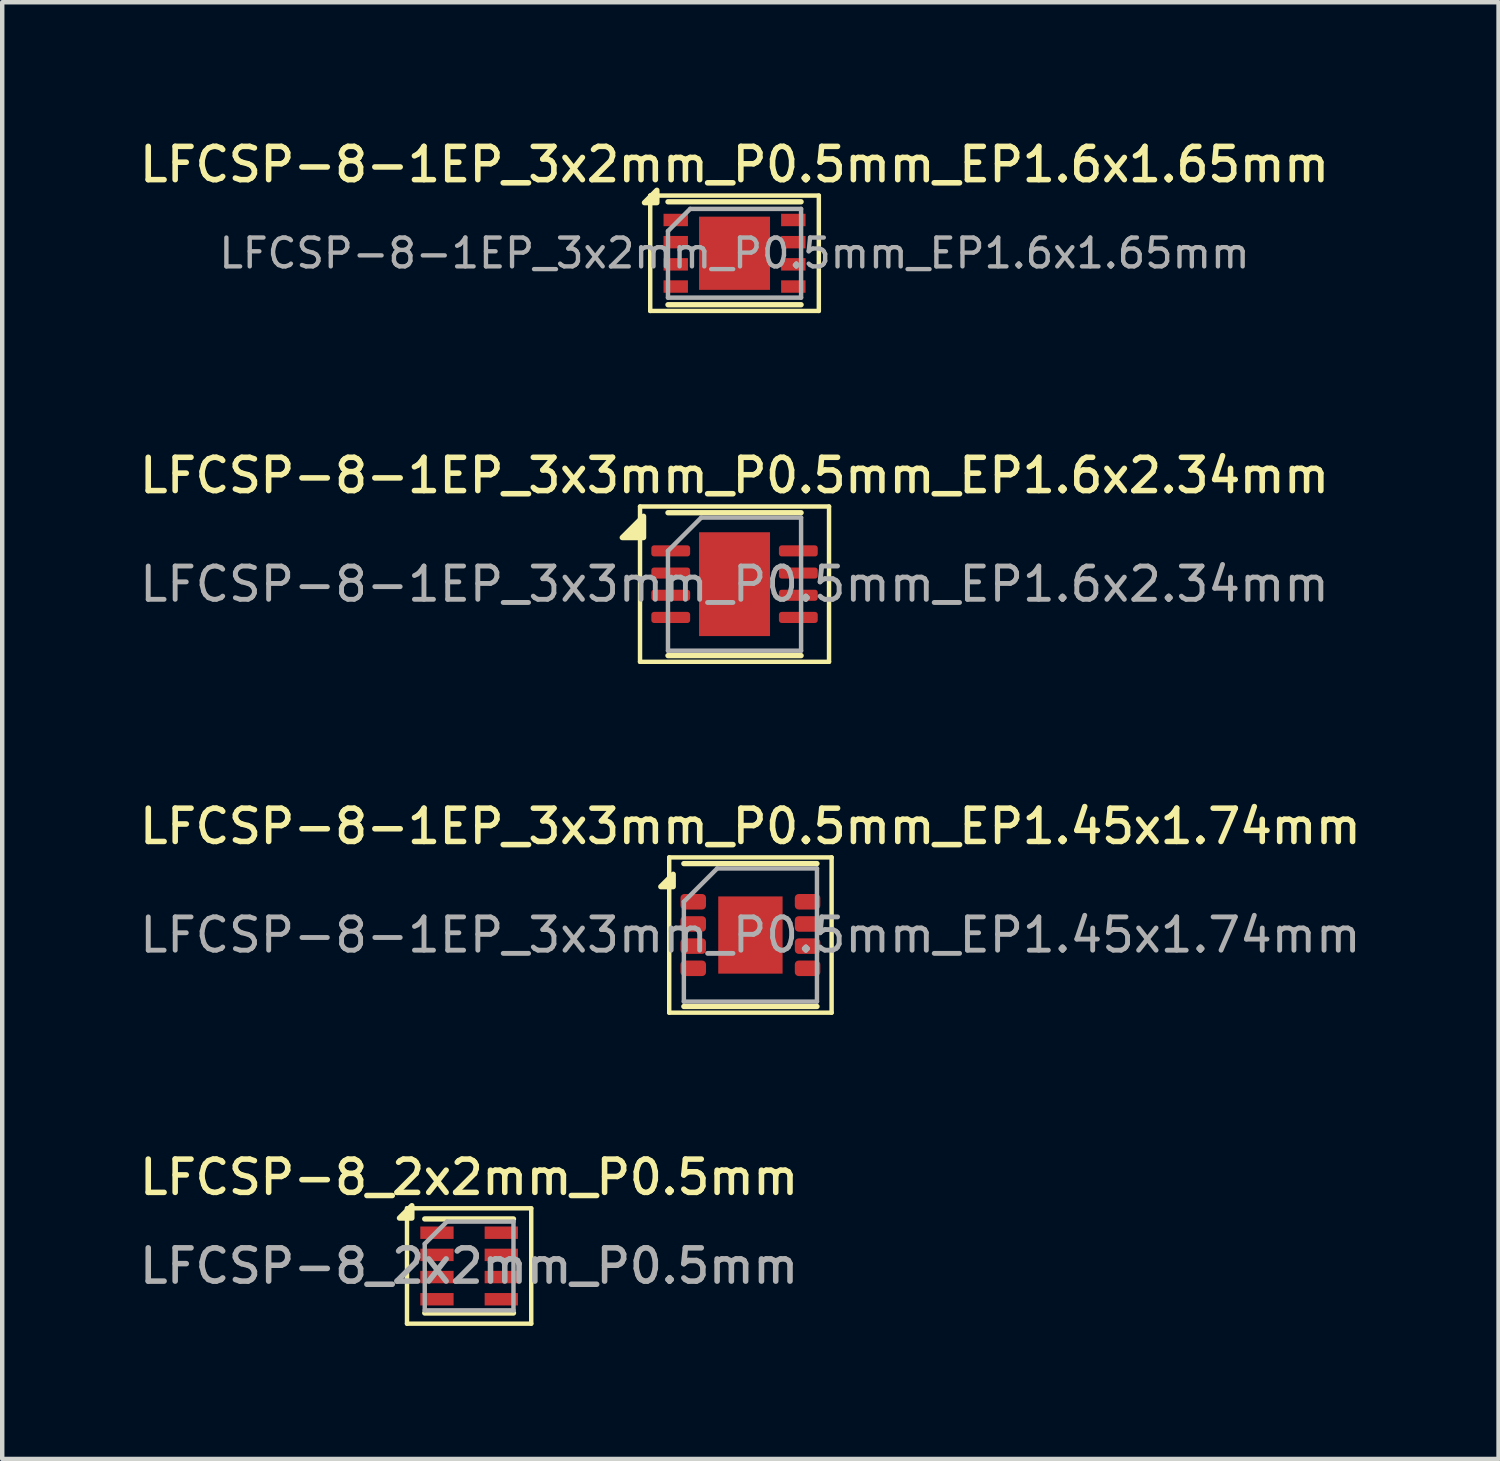
<source format=kicad_pcb>
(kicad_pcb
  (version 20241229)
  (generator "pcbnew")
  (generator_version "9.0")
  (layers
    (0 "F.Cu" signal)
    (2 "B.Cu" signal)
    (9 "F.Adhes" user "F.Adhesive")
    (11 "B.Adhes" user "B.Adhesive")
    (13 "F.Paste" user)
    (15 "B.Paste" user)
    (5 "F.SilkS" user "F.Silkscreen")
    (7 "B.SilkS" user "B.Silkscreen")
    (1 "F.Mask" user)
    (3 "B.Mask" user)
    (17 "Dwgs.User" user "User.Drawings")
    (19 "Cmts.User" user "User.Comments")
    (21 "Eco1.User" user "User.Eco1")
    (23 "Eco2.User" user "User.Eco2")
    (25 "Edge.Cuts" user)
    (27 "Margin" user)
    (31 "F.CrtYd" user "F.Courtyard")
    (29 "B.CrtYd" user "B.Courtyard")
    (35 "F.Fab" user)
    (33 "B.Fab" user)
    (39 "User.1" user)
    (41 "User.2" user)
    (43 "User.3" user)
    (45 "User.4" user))
  (footprint "LFCSP-8-1EP_3x3mm_P0.5mm_EP1.45x1.74mm"
    (layer "F.Cu")
    (at 13.863 18.024)
    (property "Reference" "LFCSP-8-1EP_3x3mm_P0.5mm_EP1.45x1.74mm" (at 0 -2.45 0) (layer "F.SilkS") (effects (font (size 0.75 0.75) (thickness 0.125))))
    (attr smd)
    (fp_line (start -1.83 -1.75) (end -1.83 1.75) (stroke (width 0.1) (type solid)) (layer "F.SilkS"))
    (fp_line (start -1.83 1.75) (end 1.83 1.75) (stroke (width 0.1) (type solid)) (layer "F.SilkS"))
    (fp_line (start -1.5 -1.61) (end 1.5 -1.61) (stroke (width 0.12) (type solid)) (layer "F.SilkS"))
    (fp_line (start -1.5 1.61) (end 1.5 1.61) (stroke (width 0.12) (type solid)) (layer "F.SilkS"))
    (fp_line (start 1.83 -1.75) (end -1.83 -1.75) (stroke (width 0.1) (type solid)) (layer "F.SilkS"))
    (fp_line (start 1.83 1.75) (end 1.83 -1.75) (stroke (width 0.1) (type solid)) (layer "F.SilkS"))
    (fp_poly (pts (xy -1.74 -1.09) (xy -2.02 -1.09) (xy -1.74 -1.37) (xy -1.74 -1.09)) (stroke (width 0.12) (type solid)) (fill yes) (layer "F.SilkS"))
    (fp_line (start -1.5 -0.75) (end -0.75 -1.5) (stroke (width 0.1) (type solid)) (layer "F.Fab"))
    (fp_line (start -1.5 1.5) (end -1.5 -0.75) (stroke (width 0.1) (type solid)) (layer "F.Fab"))
    (fp_line (start -0.75 -1.5) (end 1.5 -1.5) (stroke (width 0.1) (type solid)) (layer "F.Fab"))
    (fp_line (start 1.5 -1.5) (end 1.5 1.5) (stroke (width 0.1) (type solid)) (layer "F.Fab"))
    (fp_line (start 1.5 1.5) (end -1.5 1.5) (stroke (width 0.1) (type solid)) (layer "F.Fab"))
    (fp_text user "${REFERENCE}" (at 0 0 0) (layer "F.Fab") (effects (font (size 0.75 0.75) (thickness 0.11))))
    (pad "" smd roundrect (at -0.365 -0.435) (size 0.58 0.7) (layers "F.Paste") (roundrect_rratio 0.25))
    (pad "" smd roundrect (at -0.365 0.435) (size 0.58 0.7) (layers "F.Paste") (roundrect_rratio 0.25))
    (pad "" smd roundrect (at 0.365 -0.435) (size 0.58 0.7) (layers "F.Paste") (roundrect_rratio 0.25))
    (pad "" smd roundrect (at 0.365 0.435) (size 0.58 0.7) (layers "F.Paste") (roundrect_rratio 0.25))
    (pad "1" smd roundrect (at -1.288 -0.75) (size 0.575 0.35) (layers "F.Cu" "F.Mask" "F.Paste") (roundrect_rratio 0.25))
    (pad "2" smd roundrect (at -1.288 -0.25) (size 0.575 0.35) (layers "F.Cu" "F.Mask" "F.Paste") (roundrect_rratio 0.25))
    (pad "3" smd roundrect (at -1.288 0.25) (size 0.575 0.35) (layers "F.Cu" "F.Mask" "F.Paste") (roundrect_rratio 0.25))
    (pad "4" smd roundrect (at -1.288 0.75) (size 0.575 0.35) (layers "F.Cu" "F.Mask" "F.Paste") (roundrect_rratio 0.25))
    (pad "5" smd roundrect (at 1.288 0.75) (size 0.575 0.35) (layers "F.Cu" "F.Mask" "F.Paste") (roundrect_rratio 0.25))
    (pad "6" smd roundrect (at 1.288 0.25) (size 0.575 0.35) (layers "F.Cu" "F.Mask" "F.Paste") (roundrect_rratio 0.25))
    (pad "7" smd roundrect (at 1.288 -0.25) (size 0.575 0.35) (layers "F.Cu" "F.Mask" "F.Paste") (roundrect_rratio 0.25))
    (pad "8" smd roundrect (at 1.288 -0.75) (size 0.575 0.35) (layers "F.Cu" "F.Mask" "F.Paste") (roundrect_rratio 0.25))
    (pad "9" smd rect (at 0 0) (size 1.45 1.74) (property pad_prop_heatsink) (layers "F.Cu" "F.Mask")))
  (footprint "LFCSP-8-1EP_3x3mm_P0.5mm_EP1.6x2.34mm"
    (layer "F.Cu")
    (at 13.505 10.116)
    (property "Reference" "LFCSP-8-1EP_3x3mm_P0.5mm_EP1.6x2.34mm" (at 0 -2.45 0) (layer "F.SilkS") (effects (font (size 0.75 0.75) (thickness 0.125))))
    (attr smd)
    (fp_line (start -2.13 -1.75) (end -2.13 1.75) (stroke (width 0.1) (type solid)) (layer "F.SilkS"))
    (fp_line (start -2.13 1.75) (end 2.13 1.75) (stroke (width 0.1) (type solid)) (layer "F.SilkS"))
    (fp_line (start -1.5 -1.61) (end 1.5 -1.61) (stroke (width 0.12) (type solid)) (layer "F.SilkS"))
    (fp_line (start -1.5 1.61) (end 1.5 1.61) (stroke (width 0.12) (type solid)) (layer "F.SilkS"))
    (fp_line (start 2.13 -1.75) (end -2.13 -1.75) (stroke (width 0.1) (type solid)) (layer "F.SilkS"))
    (fp_line (start 2.13 1.75) (end 2.13 -1.75) (stroke (width 0.1) (type solid)) (layer "F.SilkS"))
    (fp_poly (pts (xy -2.05 -1.05) (xy -2.53 -1.05) (xy -2.05 -1.53) (xy -2.05 -1.05)) (stroke (width 0.12) (type solid)) (fill yes) (layer "F.SilkS"))
    (fp_line (start -1.5 -0.75) (end -0.75 -1.5) (stroke (width 0.1) (type solid)) (layer "F.Fab"))
    (fp_line (start -1.5 1.5) (end -1.5 -0.75) (stroke (width 0.1) (type solid)) (layer "F.Fab"))
    (fp_line (start -0.75 -1.5) (end 1.5 -1.5) (stroke (width 0.1) (type solid)) (layer "F.Fab"))
    (fp_line (start 1.5 -1.5) (end 1.5 1.5) (stroke (width 0.1) (type solid)) (layer "F.Fab"))
    (fp_line (start 1.5 1.5) (end -1.5 1.5) (stroke (width 0.1) (type solid)) (layer "F.Fab"))
    (fp_text user "${REFERENCE}" (at 0 0 0) (layer "F.Fab") (effects (font (size 0.75 0.75) (thickness 0.11))))
    (pad "" smd roundrect (at -0.4 -0.585) (size 0.64 0.94) (layers "F.Paste") (roundrect_rratio 0.25))
    (pad "" smd roundrect (at -0.4 0.585) (size 0.64 0.94) (layers "F.Paste") (roundrect_rratio 0.25))
    (pad "" smd roundrect (at 0.4 -0.585) (size 0.64 0.94) (layers "F.Paste") (roundrect_rratio 0.25))
    (pad "" smd roundrect (at 0.4 0.585) (size 0.64 0.94) (layers "F.Paste") (roundrect_rratio 0.25))
    (pad "1" smd roundrect (at -1.438 -0.75) (size 0.875 0.25) (layers "F.Cu" "F.Mask" "F.Paste") (roundrect_rratio 0.25))
    (pad "2" smd roundrect (at -1.438 -0.25) (size 0.875 0.25) (layers "F.Cu" "F.Mask" "F.Paste") (roundrect_rratio 0.25))
    (pad "3" smd roundrect (at -1.438 0.25) (size 0.875 0.25) (layers "F.Cu" "F.Mask" "F.Paste") (roundrect_rratio 0.25))
    (pad "4" smd roundrect (at -1.438 0.75) (size 0.875 0.25) (layers "F.Cu" "F.Mask" "F.Paste") (roundrect_rratio 0.25))
    (pad "5" smd roundrect (at 1.438 0.75) (size 0.875 0.25) (layers "F.Cu" "F.Mask" "F.Paste") (roundrect_rratio 0.25))
    (pad "6" smd roundrect (at 1.438 0.25) (size 0.875 0.25) (layers "F.Cu" "F.Mask" "F.Paste") (roundrect_rratio 0.25))
    (pad "7" smd roundrect (at 1.438 -0.25) (size 0.875 0.25) (layers "F.Cu" "F.Mask" "F.Paste") (roundrect_rratio 0.25))
    (pad "8" smd roundrect (at 1.438 -0.75) (size 0.875 0.25) (layers "F.Cu" "F.Mask" "F.Paste") (roundrect_rratio 0.25))
    (pad "9" smd rect (at 0 0) (size 1.6 2.34) (property pad_prop_heatsink) (layers "F.Cu" "F.Mask")))
  (footprint "LFCSP-8_2x2mm_P0.5mm"
    (layer "F.Cu")
    (at 7.523 25.483)
    (property "Reference" "LFCSP-8_2x2mm_P0.5mm" (at 0 -2 0) (layer "F.SilkS") (effects (font (size 0.75 0.75) (thickness 0.125))))
    (attr smd)
    (fp_line (start -1.4 -1.3) (end 1.4 -1.3) (stroke (width 0.1) (type solid)) (layer "F.SilkS"))
    (fp_line (start -1.4 1.3) (end -1.4 -1.3) (stroke (width 0.1) (type solid)) (layer "F.SilkS"))
    (fp_line (start 1 -1.06) (end -1 -1.06) (stroke (width 0.12) (type solid)) (layer "F.SilkS"))
    (fp_line (start 1 1.06) (end -1 1.06) (stroke (width 0.12) (type solid)) (layer "F.SilkS"))
    (fp_line (start 1.4 -1.3) (end 1.4 1.3) (stroke (width 0.1) (type solid)) (layer "F.SilkS"))
    (fp_line (start 1.4 1.3) (end -1.4 1.3) (stroke (width 0.1) (type solid)) (layer "F.SilkS"))
    (fp_poly (pts (xy -1.29 -1.08) (xy -1.57 -1.08) (xy -1.29 -1.36) (xy -1.29 -1.08)) (stroke (width 0.12) (type solid)) (fill yes) (layer "F.SilkS"))
    (fp_line (start -1 -0.5) (end -1 1) (stroke (width 0.1) (type solid)) (layer "F.Fab"))
    (fp_line (start -0.5 -1) (end -1 -0.5) (stroke (width 0.1) (type solid)) (layer "F.Fab"))
    (fp_line (start -0.5 -1) (end 1 -1) (stroke (width 0.1) (type solid)) (layer "F.Fab"))
    (fp_line (start 1 1) (end -1 1) (stroke (width 0.1) (type solid)) (layer "F.Fab"))
    (fp_line (start 1 1) (end 1 -1) (stroke (width 0.1) (type solid)) (layer "F.Fab"))
    (fp_text user "${REFERENCE}" (at 0 0 180) (layer "F.Fab") (effects (font (size 0.75 0.75) (thickness 0.125))))
    (pad "1" smd rect (at -0.725 -0.75) (size 0.75 0.28) (layers "F.Cu" "F.Mask" "F.Paste"))
    (pad "2" smd rect (at -0.725 -0.25) (size 0.75 0.28) (layers "F.Cu" "F.Mask" "F.Paste"))
    (pad "3" smd rect (at -0.725 0.25) (size 0.75 0.28) (layers "F.Cu" "F.Mask" "F.Paste"))
    (pad "4" smd rect (at -0.725 0.75) (size 0.75 0.28) (layers "F.Cu" "F.Mask" "F.Paste"))
    (pad "5" smd rect (at 0.725 0.75) (size 0.75 0.28) (layers "F.Cu" "F.Mask" "F.Paste"))
    (pad "6" smd rect (at 0.725 0.25) (size 0.75 0.28) (layers "F.Cu" "F.Mask" "F.Paste"))
    (pad "7" smd rect (at 0.725 -0.25) (size 0.75 0.28) (layers "F.Cu" "F.Mask" "F.Paste"))
    (pad "8" smd rect (at 0.725 -0.75) (size 0.75 0.28) (layers "F.Cu" "F.Mask" "F.Paste")))
  (footprint "LFCSP-8-1EP_3x2mm_P0.5mm_EP1.6x1.65mm"
    (layer "F.Cu")
    (at 13.505 2.658)
    (property "Reference" "LFCSP-8-1EP_3x2mm_P0.5mm_EP1.6x1.65mm" (at 0 -2 0) (layer "F.SilkS") (effects (font (size 0.75 0.75) (thickness 0.125))))
    (attr smd)
    (fp_line (start -1.9 -1.3) (end 1.9 -1.3) (stroke (width 0.1) (type solid)) (layer "F.SilkS"))
    (fp_line (start -1.9 1.3) (end -1.9 -1.3) (stroke (width 0.1) (type solid)) (layer "F.SilkS"))
    (fp_line (start 1.5 -1.16) (end -1.5 -1.16) (stroke (width 0.12) (type solid)) (layer "F.SilkS"))
    (fp_line (start 1.5 1.16) (end -1.5 1.16) (stroke (width 0.12) (type solid)) (layer "F.SilkS"))
    (fp_line (start 1.9 -1.3) (end 1.9 1.3) (stroke (width 0.1) (type solid)) (layer "F.SilkS"))
    (fp_line (start 1.9 1.3) (end -1.9 1.3) (stroke (width 0.1) (type solid)) (layer "F.SilkS"))
    (fp_poly (pts (xy -1.75 -1.14) (xy -2.03 -1.14) (xy -1.75 -1.42) (xy -1.75 -1.14)) (stroke (width 0.12) (type solid)) (fill yes) (layer "F.SilkS"))
    (fp_line (start -1.5 -0.5) (end -1.5 1) (stroke (width 0.1) (type solid)) (layer "F.Fab"))
    (fp_line (start -1 -1) (end -1.5 -0.5) (stroke (width 0.1) (type solid)) (layer "F.Fab"))
    (fp_line (start -1 -1) (end 1.5 -1) (stroke (width 0.1) (type solid)) (layer "F.Fab"))
    (fp_line (start 1.5 1) (end -1.5 1) (stroke (width 0.1) (type solid)) (layer "F.Fab"))
    (fp_line (start 1.5 1) (end 1.5 -1) (stroke (width 0.1) (type solid)) (layer "F.Fab"))
    (fp_text user "${REFERENCE}" (at 0 0 180) (layer "F.Fab") (effects (font (size 0.65 0.65) (thickness 0.098))))
    (pad "1" smd rect (at -1.325 -0.75) (size 0.55 0.28) (layers "F.Cu" "F.Mask" "F.Paste"))
    (pad "2" smd rect (at -1.325 -0.25) (size 0.55 0.28) (layers "F.Cu" "F.Mask" "F.Paste"))
    (pad "3" smd rect (at -1.325 0.25) (size 0.55 0.28) (layers "F.Cu" "F.Mask" "F.Paste"))
    (pad "4" smd rect (at -1.325 0.75) (size 0.55 0.28) (layers "F.Cu" "F.Mask" "F.Paste"))
    (pad "5" smd rect (at 1.325 0.75) (size 0.55 0.28) (layers "F.Cu" "F.Mask" "F.Paste"))
    (pad "6" smd rect (at 1.325 0.25) (size 0.55 0.28) (layers "F.Cu" "F.Mask" "F.Paste"))
    (pad "7" smd rect (at 1.325 -0.25) (size 0.55 0.28) (layers "F.Cu" "F.Mask" "F.Paste"))
    (pad "8" smd rect (at 1.325 -0.75) (size 0.55 0.28) (layers "F.Cu" "F.Mask" "F.Paste"))
    (pad "9" smd rect (at 0 0) (size 1.6 1.65) (layers "F.Cu" "F.Mask" "F.Paste")))
  (gr_rect
    (start -3 -3)
    (end 30.725 29.832)
    (stroke (width 0.1) (type default))
    (fill no)
    (layer "Edge.Cuts")))
</source>
